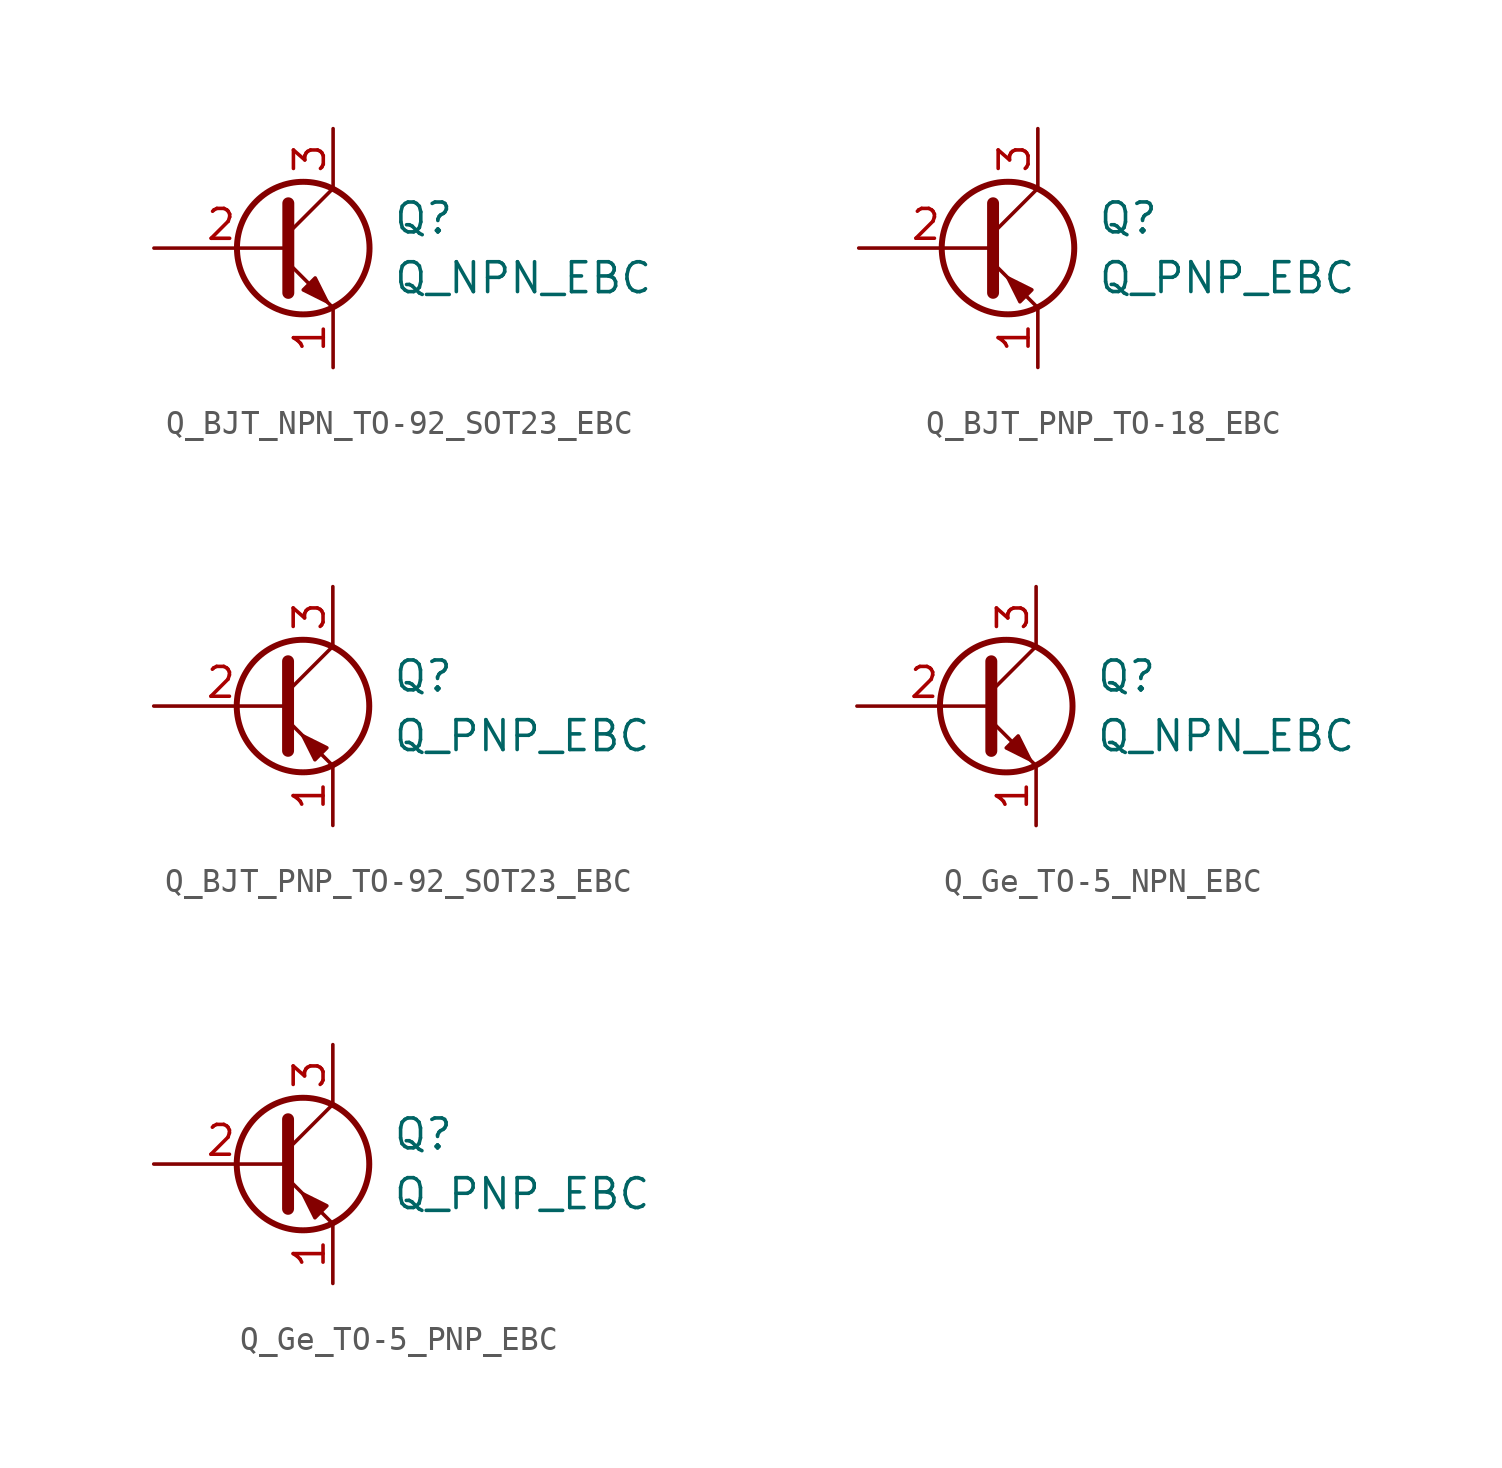
<source format=kicad_sym>
(kicad_symbol_lib
  (version 20241209)
  (generator "kicad_symbol_editor")
  (generator_version "9.0")
  (symbol "Q_BJT_NPN_TO-92_SOT23_EBC"
    (pin_names
      (offset 0)
      (hide yes))
    (property "Reference" "Q"
      (at 2.54 1.27 0)
      (effects (font (size 1.27 1.27)) (justify left)))
    (property "Value" "Q_NPN_EBC"
      (at 2.54 -1.27 0)
      (effects (font (size 1.27 1.27)) (justify left)))
    (symbol "Q_BJT_NPN_TO-92_SOT23_EBC_0_1"
      (polyline (pts (xy -1.905 1.905) (xy -1.905 -1.905) (xy -1.905 -1.905)) (stroke (width 0.508) (type default)) (fill (type none)))
      (polyline (pts (xy -1.905 0.635) (xy 0 2.54)) (stroke (width 0) (type default)) (fill (type none)))
      (polyline (pts (xy -1.905 -0.635) (xy 0 -2.54) (xy 0 -2.54)) (stroke (width 0) (type default)) (fill (type none)))
      (circle (center -1.27 0) (radius 2.819) (stroke (width 0.254) (type default)) (fill (type none)))
      (polyline (pts (xy -1.27 -1.778) (xy -0.762 -1.27) (xy -0.254 -2.286) (xy -1.27 -1.778) (xy -1.27 -1.778)) (stroke (width 0) (type default)) (fill (type outline))))
    (symbol "Q_BJT_NPN_TO-92_SOT23_EBC_1_1"
      (pin passive line (at -7.62 0 0) (length 5.715) (name "B" (effects (font (size 1.27 1.27)))) (number "2" (effects (font (size 1.27 1.27)))))
      (pin passive line (at 0 5.08 270) (length 2.54) (name "C" (effects (font (size 1.27 1.27)))) (number "3" (effects (font (size 1.27 1.27)))))
      (pin passive line (at 0 -5.08 90) (length 2.54) (name "E" (effects (font (size 1.27 1.27)))) (number "1" (effects (font (size 1.27 1.27)))))))
  (symbol "Q_BJT_PNP_TO-18_EBC"
    (pin_names
      (offset 0)
      (hide yes))
    (property "Reference" "Q"
      (at 2.54 1.27 0)
      (effects (font (size 1.27 1.27)) (justify left)))
    (property "Value" "Q_PNP_EBC"
      (at 2.54 -1.27 0)
      (effects (font (size 1.27 1.27)) (justify left)))
    (symbol "Q_BJT_PNP_TO-18_EBC_0_1"
      (polyline (pts (xy -1.905 1.905) (xy -1.905 -1.905) (xy -1.905 -1.905)) (stroke (width 0.508) (type default)) (fill (type none)))
      (polyline (pts (xy -1.905 0.635) (xy 0 2.54)) (stroke (width 0) (type default)) (fill (type none)))
      (polyline (pts (xy -1.905 -0.635) (xy 0 -2.54) (xy 0 -2.54)) (stroke (width 0) (type default)) (fill (type none)))
      (circle (center -1.27 0) (radius 2.819) (stroke (width 0.254) (type default)) (fill (type none)))
      (polyline (pts (xy -0.254 -1.778) (xy -0.762 -2.286) (xy -1.27 -1.27) (xy -0.254 -1.778) (xy -0.254 -1.778)) (stroke (width 0) (type default)) (fill (type outline))))
    (symbol "Q_BJT_PNP_TO-18_EBC_1_1"
      (pin input line (at -7.62 0 0) (length 5.715) (name "B" (effects (font (size 1.27 1.27)))) (number "2" (effects (font (size 1.27 1.27)))))
      (pin passive line (at 0 5.08 270) (length 2.54) (name "C" (effects (font (size 1.27 1.27)))) (number "3" (effects (font (size 1.27 1.27)))))
      (pin passive line (at 0 -5.08 90) (length 2.54) (name "E" (effects (font (size 1.27 1.27)))) (number "1" (effects (font (size 1.27 1.27)))))))
  (symbol "Q_BJT_PNP_TO-92_SOT23_EBC"
    (pin_names
      (offset 0)
      (hide yes))
    (property "Reference" "Q"
      (at 2.54 1.27 0)
      (effects (font (size 1.27 1.27)) (justify left)))
    (property "Value" "Q_PNP_EBC"
      (at 2.54 -1.27 0)
      (effects (font (size 1.27 1.27)) (justify left)))
    (symbol "Q_BJT_PNP_TO-92_SOT23_EBC_0_1"
      (polyline (pts (xy -1.905 1.905) (xy -1.905 -1.905) (xy -1.905 -1.905)) (stroke (width 0.508) (type default)) (fill (type none)))
      (polyline (pts (xy -1.905 0.635) (xy 0 2.54)) (stroke (width 0) (type default)) (fill (type none)))
      (polyline (pts (xy -1.905 -0.635) (xy 0 -2.54) (xy 0 -2.54)) (stroke (width 0) (type default)) (fill (type none)))
      (circle (center -1.27 0) (radius 2.819) (stroke (width 0.254) (type default)) (fill (type none)))
      (polyline (pts (xy -0.254 -1.778) (xy -0.762 -2.286) (xy -1.27 -1.27) (xy -0.254 -1.778) (xy -0.254 -1.778)) (stroke (width 0) (type default)) (fill (type outline))))
    (symbol "Q_BJT_PNP_TO-92_SOT23_EBC_1_1"
      (pin input line (at -7.62 0 0) (length 5.715) (name "B" (effects (font (size 1.27 1.27)))) (number "2" (effects (font (size 1.27 1.27)))))
      (pin passive line (at 0 5.08 270) (length 2.54) (name "C" (effects (font (size 1.27 1.27)))) (number "3" (effects (font (size 1.27 1.27)))))
      (pin passive line (at 0 -5.08 90) (length 2.54) (name "E" (effects (font (size 1.27 1.27)))) (number "1" (effects (font (size 1.27 1.27)))))))
  (symbol "Q_Ge_TO-5_NPN_EBC"
    (pin_names
      (offset 0)
      (hide yes))
    (property "Reference" "Q"
      (at 2.54 1.27 0)
      (effects (font (size 1.27 1.27)) (justify left)))
    (property "Value" "Q_NPN_EBC"
      (at 2.54 -1.27 0)
      (effects (font (size 1.27 1.27)) (justify left)))
    (symbol "Q_Ge_TO-5_NPN_EBC_0_1"
      (polyline (pts (xy -1.905 1.905) (xy -1.905 -1.905) (xy -1.905 -1.905)) (stroke (width 0.508) (type default)) (fill (type none)))
      (polyline (pts (xy -1.905 0.635) (xy 0 2.54)) (stroke (width 0) (type default)) (fill (type none)))
      (polyline (pts (xy -1.905 -0.635) (xy 0 -2.54) (xy 0 -2.54)) (stroke (width 0) (type default)) (fill (type none)))
      (circle (center -1.27 0) (radius 2.819) (stroke (width 0.254) (type default)) (fill (type none)))
      (polyline (pts (xy -1.27 -1.778) (xy -0.762 -1.27) (xy -0.254 -2.286) (xy -1.27 -1.778) (xy -1.27 -1.778)) (stroke (width 0) (type default)) (fill (type outline))))
    (symbol "Q_Ge_TO-5_NPN_EBC_1_1"
      (pin passive line (at -7.62 0 0) (length 5.715) (name "B" (effects (font (size 1.27 1.27)))) (number "2" (effects (font (size 1.27 1.27)))))
      (pin passive line (at 0 5.08 270) (length 2.54) (name "C" (effects (font (size 1.27 1.27)))) (number "3" (effects (font (size 1.27 1.27)))))
      (pin passive line (at 0 -5.08 90) (length 2.54) (name "E" (effects (font (size 1.27 1.27)))) (number "1" (effects (font (size 1.27 1.27)))))))
  (symbol "Q_Ge_TO-5_PNP_EBC"
    (pin_names
      (offset 0)
      (hide yes))
    (property "Reference" "Q"
      (at 2.54 1.27 0)
      (effects (font (size 1.27 1.27)) (justify left)))
    (property "Value" "Q_PNP_EBC"
      (at 2.54 -1.27 0)
      (effects (font (size 1.27 1.27)) (justify left)))
    (symbol "Q_Ge_TO-5_PNP_EBC_0_1"
      (polyline (pts (xy -1.905 1.905) (xy -1.905 -1.905) (xy -1.905 -1.905)) (stroke (width 0.508) (type default)) (fill (type none)))
      (polyline (pts (xy -1.905 0.635) (xy 0 2.54)) (stroke (width 0) (type default)) (fill (type none)))
      (polyline (pts (xy -1.905 -0.635) (xy 0 -2.54) (xy 0 -2.54)) (stroke (width 0) (type default)) (fill (type none)))
      (circle (center -1.27 0) (radius 2.819) (stroke (width 0.254) (type default)) (fill (type none)))
      (polyline (pts (xy -0.254 -1.778) (xy -0.762 -2.286) (xy -1.27 -1.27) (xy -0.254 -1.778) (xy -0.254 -1.778)) (stroke (width 0) (type default)) (fill (type outline))))
    (symbol "Q_Ge_TO-5_PNP_EBC_1_1"
      (pin input line (at -7.62 0 0) (length 5.715) (name "B" (effects (font (size 1.27 1.27)))) (number "2" (effects (font (size 1.27 1.27)))))
      (pin passive line (at 0 5.08 270) (length 2.54) (name "C" (effects (font (size 1.27 1.27)))) (number "3" (effects (font (size 1.27 1.27)))))
      (pin passive line (at 0 -5.08 90) (length 2.54) (name "E" (effects (font (size 1.27 1.27)))) (number "1" (effects (font (size 1.27 1.27))))))))
</source>
